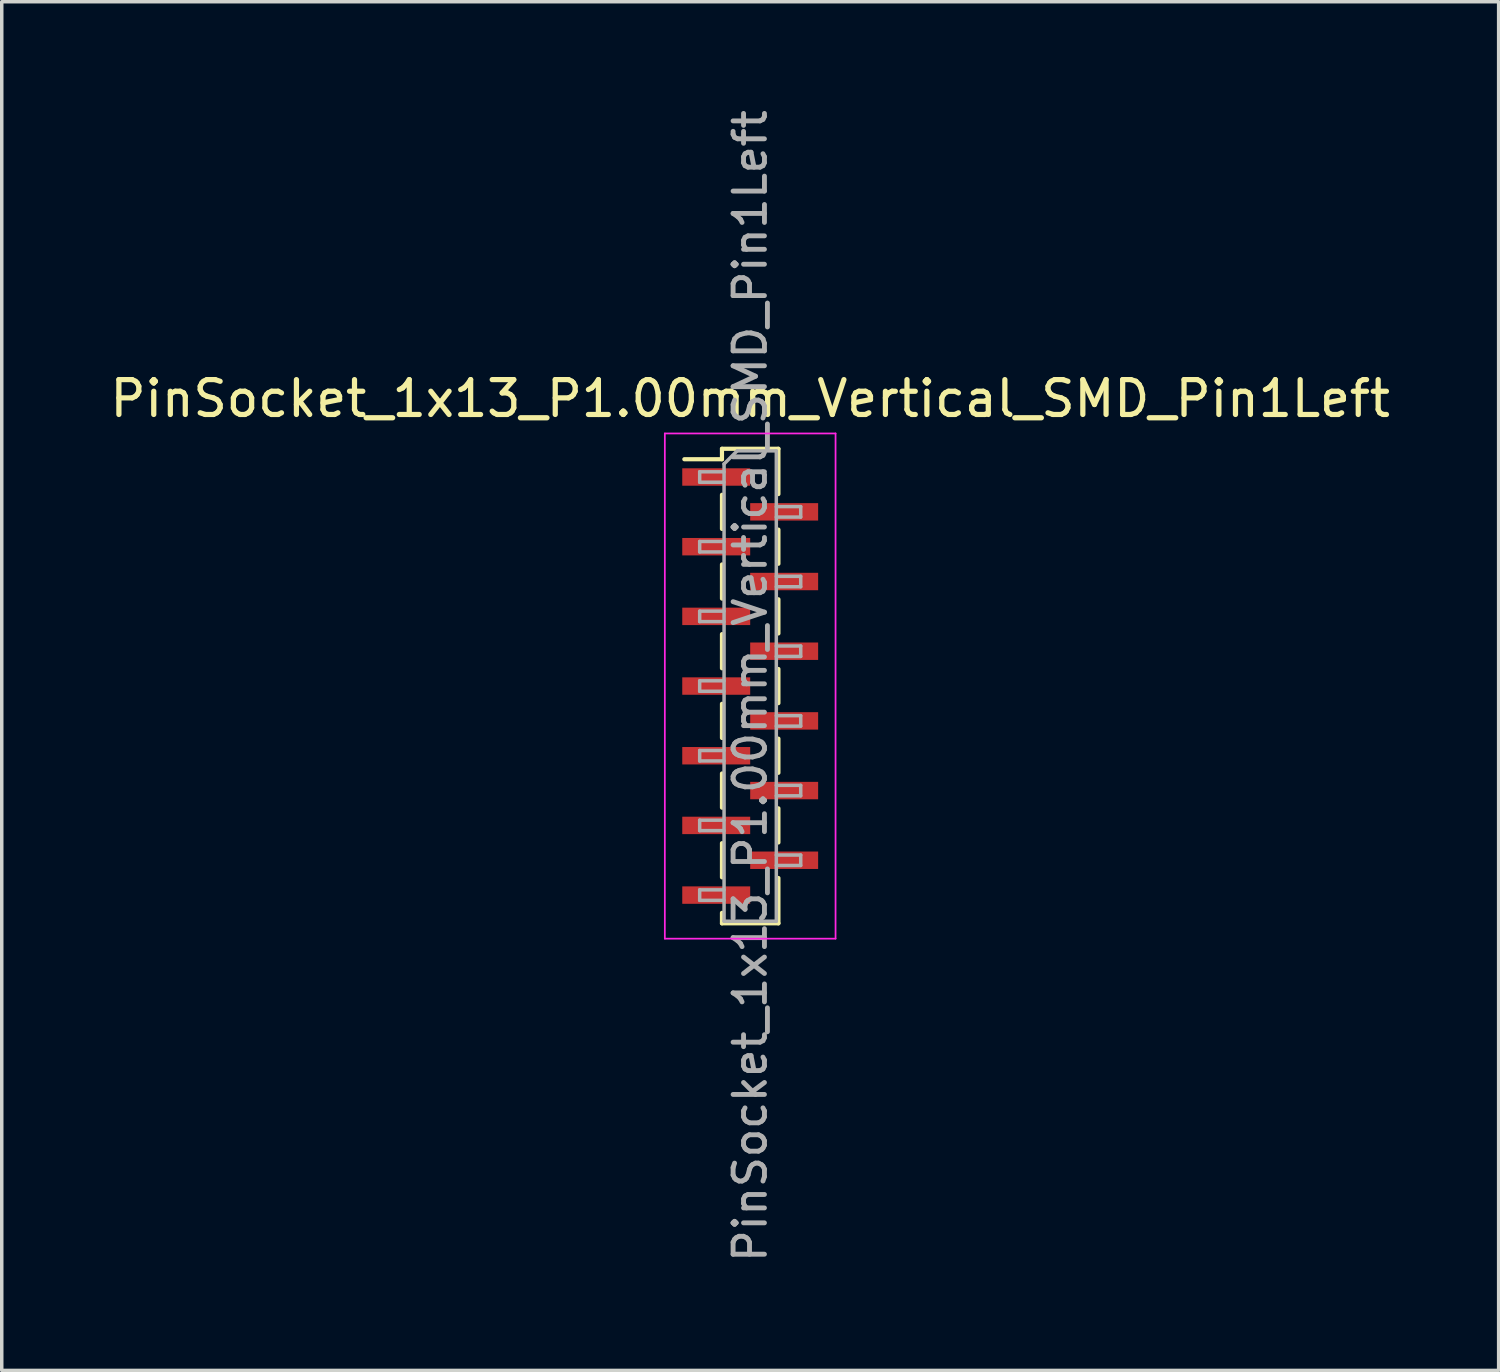
<source format=kicad_pcb>
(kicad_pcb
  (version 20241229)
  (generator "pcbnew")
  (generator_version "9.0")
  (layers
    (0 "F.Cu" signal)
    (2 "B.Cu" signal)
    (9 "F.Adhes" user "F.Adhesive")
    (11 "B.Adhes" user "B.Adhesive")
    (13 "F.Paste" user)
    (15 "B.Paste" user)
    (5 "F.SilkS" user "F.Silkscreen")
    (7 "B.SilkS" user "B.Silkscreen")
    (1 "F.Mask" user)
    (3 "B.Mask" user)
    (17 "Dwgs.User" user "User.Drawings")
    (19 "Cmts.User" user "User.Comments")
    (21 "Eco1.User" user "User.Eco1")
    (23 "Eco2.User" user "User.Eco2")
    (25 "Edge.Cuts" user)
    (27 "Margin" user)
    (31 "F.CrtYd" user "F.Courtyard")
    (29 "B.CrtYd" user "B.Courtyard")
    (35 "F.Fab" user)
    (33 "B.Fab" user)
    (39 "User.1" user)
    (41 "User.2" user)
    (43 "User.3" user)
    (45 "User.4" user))
  (footprint "PinSocket_1x13_P1.00mm_Vertical_SMD_Pin1Left"
    (layer "F.Cu")
    (at 18.482 16.641)
    (property "Reference" "PinSocket_1x13_P1.00mm_Vertical_SMD_Pin1Left" (at 0 -8.25 0) (layer "F.SilkS") (effects (font (size 1 1) (thickness 0.15))))
    (attr smd)
    (fp_line (start -1.89 -6.51) (end -0.81 -6.51) (stroke (width 0.12) (type solid)) (layer "F.SilkS"))
    (fp_line (start -0.81 -6.81) (end -0.81 -6.51) (stroke (width 0.12) (type solid)) (layer "F.SilkS"))
    (fp_line (start -0.81 -6.81) (end 0.81 -6.81) (stroke (width 0.12) (type solid)) (layer "F.SilkS"))
    (fp_line (start -0.81 -5.49) (end -0.81 -4.51) (stroke (width 0.12) (type solid)) (layer "F.SilkS"))
    (fp_line (start -0.81 -3.49) (end -0.81 -2.51) (stroke (width 0.12) (type solid)) (layer "F.SilkS"))
    (fp_line (start -0.81 -1.49) (end -0.81 -0.51) (stroke (width 0.12) (type solid)) (layer "F.SilkS"))
    (fp_line (start -0.81 0.51) (end -0.81 1.49) (stroke (width 0.12) (type solid)) (layer "F.SilkS"))
    (fp_line (start -0.81 2.51) (end -0.81 3.49) (stroke (width 0.12) (type solid)) (layer "F.SilkS"))
    (fp_line (start -0.81 4.51) (end -0.81 5.49) (stroke (width 0.12) (type solid)) (layer "F.SilkS"))
    (fp_line (start -0.81 6.51) (end -0.81 6.81) (stroke (width 0.12) (type solid)) (layer "F.SilkS"))
    (fp_line (start -0.81 6.81) (end 0.81 6.81) (stroke (width 0.12) (type solid)) (layer "F.SilkS"))
    (fp_line (start 0.81 -6.81) (end 0.81 -5.51) (stroke (width 0.12) (type solid)) (layer "F.SilkS"))
    (fp_line (start 0.81 -4.49) (end 0.81 -3.51) (stroke (width 0.12) (type solid)) (layer "F.SilkS"))
    (fp_line (start 0.81 -2.49) (end 0.81 -1.51) (stroke (width 0.12) (type solid)) (layer "F.SilkS"))
    (fp_line (start 0.81 -0.49) (end 0.81 0.49) (stroke (width 0.12) (type solid)) (layer "F.SilkS"))
    (fp_line (start 0.81 1.51) (end 0.81 2.49) (stroke (width 0.12) (type solid)) (layer "F.SilkS"))
    (fp_line (start 0.81 3.51) (end 0.81 4.49) (stroke (width 0.12) (type solid)) (layer "F.SilkS"))
    (fp_line (start 0.81 5.51) (end 0.81 6.81) (stroke (width 0.12) (type solid)) (layer "F.SilkS"))
    (fp_line (start -2.45 -7.25) (end 2.45 -7.25) (stroke (width 0.05) (type solid)) (layer "F.CrtYd"))
    (fp_line (start -2.45 7.25) (end -2.45 -7.25) (stroke (width 0.05) (type solid)) (layer "F.CrtYd"))
    (fp_line (start 2.45 -7.25) (end 2.45 7.25) (stroke (width 0.05) (type solid)) (layer "F.CrtYd"))
    (fp_line (start 2.45 7.25) (end -2.45 7.25) (stroke (width 0.05) (type solid)) (layer "F.CrtYd"))
    (fp_line (start -1.45 -6.15) (end -0.75 -6.15) (stroke (width 0.1) (type solid)) (layer "F.Fab"))
    (fp_line (start -1.45 -5.85) (end -1.45 -6.15) (stroke (width 0.1) (type solid)) (layer "F.Fab"))
    (fp_line (start -1.45 -4.15) (end -0.75 -4.15) (stroke (width 0.1) (type solid)) (layer "F.Fab"))
    (fp_line (start -1.45 -3.85) (end -1.45 -4.15) (stroke (width 0.1) (type solid)) (layer "F.Fab"))
    (fp_line (start -1.45 -2.15) (end -0.75 -2.15) (stroke (width 0.1) (type solid)) (layer "F.Fab"))
    (fp_line (start -1.45 -1.85) (end -1.45 -2.15) (stroke (width 0.1) (type solid)) (layer "F.Fab"))
    (fp_line (start -1.45 -0.15) (end -0.75 -0.15) (stroke (width 0.1) (type solid)) (layer "F.Fab"))
    (fp_line (start -1.45 0.15) (end -1.45 -0.15) (stroke (width 0.1) (type solid)) (layer "F.Fab"))
    (fp_line (start -1.45 1.85) (end -0.75 1.85) (stroke (width 0.1) (type solid)) (layer "F.Fab"))
    (fp_line (start -1.45 2.15) (end -1.45 1.85) (stroke (width 0.1) (type solid)) (layer "F.Fab"))
    (fp_line (start -1.45 3.85) (end -0.75 3.85) (stroke (width 0.1) (type solid)) (layer "F.Fab"))
    (fp_line (start -1.45 4.15) (end -1.45 3.85) (stroke (width 0.1) (type solid)) (layer "F.Fab"))
    (fp_line (start -1.45 5.85) (end -0.75 5.85) (stroke (width 0.1) (type solid)) (layer "F.Fab"))
    (fp_line (start -1.45 6.15) (end -1.45 5.85) (stroke (width 0.1) (type solid)) (layer "F.Fab"))
    (fp_line (start -0.75 -6.375) (end -0.375 -6.75) (stroke (width 0.1) (type solid)) (layer "F.Fab"))
    (fp_line (start -0.75 -5.85) (end -1.45 -5.85) (stroke (width 0.1) (type solid)) (layer "F.Fab"))
    (fp_line (start -0.75 -3.85) (end -1.45 -3.85) (stroke (width 0.1) (type solid)) (layer "F.Fab"))
    (fp_line (start -0.75 -1.85) (end -1.45 -1.85) (stroke (width 0.1) (type solid)) (layer "F.Fab"))
    (fp_line (start -0.75 0.15) (end -1.45 0.15) (stroke (width 0.1) (type solid)) (layer "F.Fab"))
    (fp_line (start -0.75 2.15) (end -1.45 2.15) (stroke (width 0.1) (type solid)) (layer "F.Fab"))
    (fp_line (start -0.75 4.15) (end -1.45 4.15) (stroke (width 0.1) (type solid)) (layer "F.Fab"))
    (fp_line (start -0.75 6.15) (end -1.45 6.15) (stroke (width 0.1) (type solid)) (layer "F.Fab"))
    (fp_line (start -0.75 6.75) (end -0.75 -6.375) (stroke (width 0.1) (type solid)) (layer "F.Fab"))
    (fp_line (start -0.375 -6.75) (end 0.75 -6.75) (stroke (width 0.1) (type solid)) (layer "F.Fab"))
    (fp_line (start 0.75 -6.75) (end 0.75 6.75) (stroke (width 0.1) (type solid)) (layer "F.Fab"))
    (fp_line (start 0.75 -5.15) (end 1.45 -5.15) (stroke (width 0.1) (type solid)) (layer "F.Fab"))
    (fp_line (start 0.75 -3.15) (end 1.45 -3.15) (stroke (width 0.1) (type solid)) (layer "F.Fab"))
    (fp_line (start 0.75 -1.15) (end 1.45 -1.15) (stroke (width 0.1) (type solid)) (layer "F.Fab"))
    (fp_line (start 0.75 0.85) (end 1.45 0.85) (stroke (width 0.1) (type solid)) (layer "F.Fab"))
    (fp_line (start 0.75 2.85) (end 1.45 2.85) (stroke (width 0.1) (type solid)) (layer "F.Fab"))
    (fp_line (start 0.75 4.85) (end 1.45 4.85) (stroke (width 0.1) (type solid)) (layer "F.Fab"))
    (fp_line (start 0.75 6.75) (end -0.75 6.75) (stroke (width 0.1) (type solid)) (layer "F.Fab"))
    (fp_line (start 1.45 -5.15) (end 1.45 -4.85) (stroke (width 0.1) (type solid)) (layer "F.Fab"))
    (fp_line (start 1.45 -4.85) (end 0.75 -4.85) (stroke (width 0.1) (type solid)) (layer "F.Fab"))
    (fp_line (start 1.45 -3.15) (end 1.45 -2.85) (stroke (width 0.1) (type solid)) (layer "F.Fab"))
    (fp_line (start 1.45 -2.85) (end 0.75 -2.85) (stroke (width 0.1) (type solid)) (layer "F.Fab"))
    (fp_line (start 1.45 -1.15) (end 1.45 -0.85) (stroke (width 0.1) (type solid)) (layer "F.Fab"))
    (fp_line (start 1.45 -0.85) (end 0.75 -0.85) (stroke (width 0.1) (type solid)) (layer "F.Fab"))
    (fp_line (start 1.45 0.85) (end 1.45 1.15) (stroke (width 0.1) (type solid)) (layer "F.Fab"))
    (fp_line (start 1.45 1.15) (end 0.75 1.15) (stroke (width 0.1) (type solid)) (layer "F.Fab"))
    (fp_line (start 1.45 2.85) (end 1.45 3.15) (stroke (width 0.1) (type solid)) (layer "F.Fab"))
    (fp_line (start 1.45 3.15) (end 0.75 3.15) (stroke (width 0.1) (type solid)) (layer "F.Fab"))
    (fp_line (start 1.45 4.85) (end 1.45 5.15) (stroke (width 0.1) (type solid)) (layer "F.Fab"))
    (fp_line (start 1.45 5.15) (end 0.75 5.15) (stroke (width 0.1) (type solid)) (layer "F.Fab"))
    (fp_text user "${REFERENCE}" (at 0 0 90) (layer "F.Fab") (effects (font (size 0.9 0.9) (thickness 0.14))))
    (pad "1" smd rect (at -0.975 -6) (size 1.95 0.5) (layers "F.Cu" "F.Mask" "F.Paste"))
    (pad "2" smd rect (at 0.975 -5) (size 1.95 0.5) (layers "F.Cu" "F.Mask" "F.Paste"))
    (pad "3" smd rect (at -0.975 -4) (size 1.95 0.5) (layers "F.Cu" "F.Mask" "F.Paste"))
    (pad "4" smd rect (at 0.975 -3) (size 1.95 0.5) (layers "F.Cu" "F.Mask" "F.Paste"))
    (pad "5" smd rect (at -0.975 -2) (size 1.95 0.5) (layers "F.Cu" "F.Mask" "F.Paste"))
    (pad "6" smd rect (at 0.975 -1) (size 1.95 0.5) (layers "F.Cu" "F.Mask" "F.Paste"))
    (pad "7" smd rect (at -0.975 0) (size 1.95 0.5) (layers "F.Cu" "F.Mask" "F.Paste"))
    (pad "8" smd rect (at 0.975 1) (size 1.95 0.5) (layers "F.Cu" "F.Mask" "F.Paste"))
    (pad "9" smd rect (at -0.975 2) (size 1.95 0.5) (layers "F.Cu" "F.Mask" "F.Paste"))
    (pad "10" smd rect (at 0.975 3) (size 1.95 0.5) (layers "F.Cu" "F.Mask" "F.Paste"))
    (pad "11" smd rect (at -0.975 4) (size 1.95 0.5) (layers "F.Cu" "F.Mask" "F.Paste"))
    (pad "12" smd rect (at 0.975 5) (size 1.95 0.5) (layers "F.Cu" "F.Mask" "F.Paste"))
    (pad "13" smd rect (at -0.975 6) (size 1.95 0.5) (layers "F.Cu" "F.Mask" "F.Paste")))
  (gr_rect
    (start -3 -3)
    (end 39.964 36.283)
    (stroke (width 0.1) (type default))
    (fill no)
    (layer "Edge.Cuts")))
</source>
